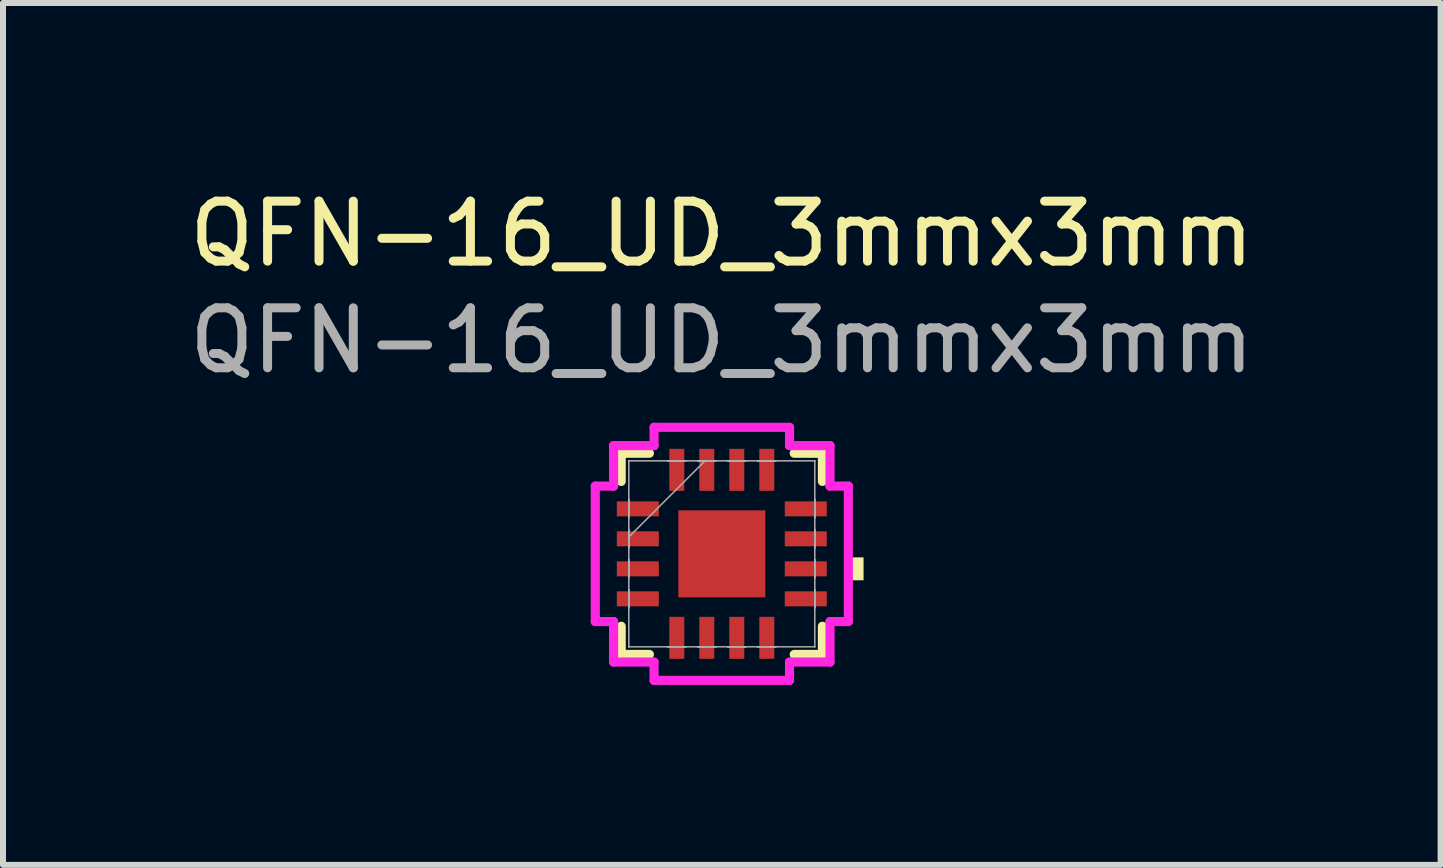
<source format=kicad_pcb>
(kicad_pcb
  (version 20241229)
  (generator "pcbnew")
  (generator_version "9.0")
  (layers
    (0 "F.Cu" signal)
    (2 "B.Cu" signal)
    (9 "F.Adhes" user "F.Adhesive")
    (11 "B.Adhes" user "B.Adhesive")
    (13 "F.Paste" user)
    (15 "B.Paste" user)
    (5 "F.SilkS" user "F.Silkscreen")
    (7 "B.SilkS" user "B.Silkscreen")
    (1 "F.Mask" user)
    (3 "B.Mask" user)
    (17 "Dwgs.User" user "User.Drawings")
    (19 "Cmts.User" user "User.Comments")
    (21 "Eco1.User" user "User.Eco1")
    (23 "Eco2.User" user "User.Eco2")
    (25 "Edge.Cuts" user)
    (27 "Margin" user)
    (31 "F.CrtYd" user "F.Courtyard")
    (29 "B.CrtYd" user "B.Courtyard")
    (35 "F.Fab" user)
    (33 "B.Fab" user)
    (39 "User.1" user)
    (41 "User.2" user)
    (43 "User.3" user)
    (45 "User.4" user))
  (footprint "QFN-16_UD_3mmx3mm"
    (layer "F.Cu")
    (at 8.982 6.182)
    (property "Reference" "QFN-16_UD_3mmx3mm" (at 0 -5.334 0) (unlocked yes) (layer "F.SilkS") (effects (font (size 1 1) (thickness 0.15))))
    (attr smd)
    (fp_line (start -1.677 -1.677) (end -1.677 -1.207) (stroke (width 0.152) (type solid)) (layer "F.SilkS"))
    (fp_line (start -1.677 1.207) (end -1.677 1.677) (stroke (width 0.152) (type solid)) (layer "F.SilkS"))
    (fp_line (start -1.677 1.677) (end -1.207 1.677) (stroke (width 0.152) (type solid)) (layer "F.SilkS"))
    (fp_line (start -1.207 -1.677) (end -1.677 -1.677) (stroke (width 0.152) (type solid)) (layer "F.SilkS"))
    (fp_line (start 1.207 1.677) (end 1.677 1.677) (stroke (width 0.152) (type solid)) (layer "F.SilkS"))
    (fp_line (start 1.677 -1.677) (end 1.207 -1.677) (stroke (width 0.152) (type solid)) (layer "F.SilkS"))
    (fp_line (start 1.677 -1.207) (end 1.677 -1.677) (stroke (width 0.152) (type solid)) (layer "F.SilkS"))
    (fp_line (start 1.677 1.677) (end 1.677 1.207) (stroke (width 0.152) (type solid)) (layer "F.SilkS"))
    (fp_poly (pts (xy 2.363 0.059) (xy 2.363 0.441) (xy 2.109 0.441) (xy 2.109 0.059)) (stroke (width 0) (type solid)) (fill yes) (layer "F.SilkS"))
    (fp_line (start -2.109 -1.129) (end -1.804 -1.129) (stroke (width 0.152) (type solid)) (layer "F.CrtYd"))
    (fp_line (start -2.109 1.129) (end -2.109 -1.129) (stroke (width 0.152) (type solid)) (layer "F.CrtYd"))
    (fp_line (start -1.804 -1.804) (end -1.129 -1.804) (stroke (width 0.152) (type solid)) (layer "F.CrtYd"))
    (fp_line (start -1.804 -1.129) (end -1.804 -1.804) (stroke (width 0.152) (type solid)) (layer "F.CrtYd"))
    (fp_line (start -1.804 1.129) (end -2.109 1.129) (stroke (width 0.152) (type solid)) (layer "F.CrtYd"))
    (fp_line (start -1.804 1.804) (end -1.804 1.129) (stroke (width 0.152) (type solid)) (layer "F.CrtYd"))
    (fp_line (start -1.129 -2.109) (end 1.129 -2.109) (stroke (width 0.152) (type solid)) (layer "F.CrtYd"))
    (fp_line (start -1.129 -1.804) (end -1.129 -2.109) (stroke (width 0.152) (type solid)) (layer "F.CrtYd"))
    (fp_line (start -1.129 1.804) (end -1.804 1.804) (stroke (width 0.152) (type solid)) (layer "F.CrtYd"))
    (fp_line (start -1.129 2.109) (end -1.129 1.804) (stroke (width 0.152) (type solid)) (layer "F.CrtYd"))
    (fp_line (start 1.129 -2.109) (end 1.129 -1.804) (stroke (width 0.152) (type solid)) (layer "F.CrtYd"))
    (fp_line (start 1.129 -1.804) (end 1.804 -1.804) (stroke (width 0.152) (type solid)) (layer "F.CrtYd"))
    (fp_line (start 1.129 1.804) (end 1.129 2.109) (stroke (width 0.152) (type solid)) (layer "F.CrtYd"))
    (fp_line (start 1.129 2.109) (end -1.129 2.109) (stroke (width 0.152) (type solid)) (layer "F.CrtYd"))
    (fp_line (start 1.804 -1.804) (end 1.804 -1.129) (stroke (width 0.152) (type solid)) (layer "F.CrtYd"))
    (fp_line (start 1.804 -1.129) (end 2.109 -1.129) (stroke (width 0.152) (type solid)) (layer "F.CrtYd"))
    (fp_line (start 1.804 1.129) (end 1.804 1.804) (stroke (width 0.152) (type solid)) (layer "F.CrtYd"))
    (fp_line (start 1.804 1.804) (end 1.129 1.804) (stroke (width 0.152) (type solid)) (layer "F.CrtYd"))
    (fp_line (start 2.109 -1.129) (end 2.109 1.129) (stroke (width 0.152) (type solid)) (layer "F.CrtYd"))
    (fp_line (start 2.109 1.129) (end 1.804 1.129) (stroke (width 0.152) (type solid)) (layer "F.CrtYd"))
    (fp_line (start -1.55 -1.55) (end -1.55 -1.55) (stroke (width 0.025) (type solid)) (layer "F.Fab"))
    (fp_line (start -1.55 -1.55) (end -1.55 1.55) (stroke (width 0.025) (type solid)) (layer "F.Fab"))
    (fp_line (start -1.55 -0.9) (end -1.55 -0.9) (stroke (width 0.025) (type solid)) (layer "F.Fab"))
    (fp_line (start -1.55 -0.9) (end -1.55 -0.6) (stroke (width 0.025) (type solid)) (layer "F.Fab"))
    (fp_line (start -1.55 -0.6) (end -1.55 -0.9) (stroke (width 0.025) (type solid)) (layer "F.Fab"))
    (fp_line (start -1.55 -0.6) (end -1.55 -0.6) (stroke (width 0.025) (type solid)) (layer "F.Fab"))
    (fp_line (start -1.55 -0.4) (end -1.55 -0.4) (stroke (width 0.025) (type solid)) (layer "F.Fab"))
    (fp_line (start -1.55 -0.4) (end -1.55 -0.1) (stroke (width 0.025) (type solid)) (layer "F.Fab"))
    (fp_line (start -1.55 -0.28) (end -0.28 -1.55) (stroke (width 0.025) (type solid)) (layer "F.Fab"))
    (fp_line (start -1.55 -0.1) (end -1.55 -0.4) (stroke (width 0.025) (type solid)) (layer "F.Fab"))
    (fp_line (start -1.55 -0.1) (end -1.55 -0.1) (stroke (width 0.025) (type solid)) (layer "F.Fab"))
    (fp_line (start -1.55 0.1) (end -1.55 0.1) (stroke (width 0.025) (type solid)) (layer "F.Fab"))
    (fp_line (start -1.55 0.1) (end -1.55 0.4) (stroke (width 0.025) (type solid)) (layer "F.Fab"))
    (fp_line (start -1.55 0.4) (end -1.55 0.1) (stroke (width 0.025) (type solid)) (layer "F.Fab"))
    (fp_line (start -1.55 0.4) (end -1.55 0.4) (stroke (width 0.025) (type solid)) (layer "F.Fab"))
    (fp_line (start -1.55 0.6) (end -1.55 0.6) (stroke (width 0.025) (type solid)) (layer "F.Fab"))
    (fp_line (start -1.55 0.6) (end -1.55 0.9) (stroke (width 0.025) (type solid)) (layer "F.Fab"))
    (fp_line (start -1.55 0.9) (end -1.55 0.6) (stroke (width 0.025) (type solid)) (layer "F.Fab"))
    (fp_line (start -1.55 0.9) (end -1.55 0.9) (stroke (width 0.025) (type solid)) (layer "F.Fab"))
    (fp_line (start -1.55 1.55) (end -1.55 1.55) (stroke (width 0.025) (type solid)) (layer "F.Fab"))
    (fp_line (start -1.55 1.55) (end 1.55 1.55) (stroke (width 0.025) (type solid)) (layer "F.Fab"))
    (fp_line (start -0.9 -1.55) (end -0.9 -1.55) (stroke (width 0.025) (type solid)) (layer "F.Fab"))
    (fp_line (start -0.9 -1.55) (end -0.6 -1.55) (stroke (width 0.025) (type solid)) (layer "F.Fab"))
    (fp_line (start -0.9 1.55) (end -0.9 1.55) (stroke (width 0.025) (type solid)) (layer "F.Fab"))
    (fp_line (start -0.9 1.55) (end -0.6 1.55) (stroke (width 0.025) (type solid)) (layer "F.Fab"))
    (fp_line (start -0.6 -1.55) (end -0.9 -1.55) (stroke (width 0.025) (type solid)) (layer "F.Fab"))
    (fp_line (start -0.6 -1.55) (end -0.6 -1.55) (stroke (width 0.025) (type solid)) (layer "F.Fab"))
    (fp_line (start -0.6 1.55) (end -0.9 1.55) (stroke (width 0.025) (type solid)) (layer "F.Fab"))
    (fp_line (start -0.6 1.55) (end -0.6 1.55) (stroke (width 0.025) (type solid)) (layer "F.Fab"))
    (fp_line (start -0.4 -1.55) (end -0.4 -1.55) (stroke (width 0.025) (type solid)) (layer "F.Fab"))
    (fp_line (start -0.4 -1.55) (end -0.1 -1.55) (stroke (width 0.025) (type solid)) (layer "F.Fab"))
    (fp_line (start -0.4 1.55) (end -0.4 1.55) (stroke (width 0.025) (type solid)) (layer "F.Fab"))
    (fp_line (start -0.4 1.55) (end -0.1 1.55) (stroke (width 0.025) (type solid)) (layer "F.Fab"))
    (fp_line (start -0.1 -1.55) (end -0.4 -1.55) (stroke (width 0.025) (type solid)) (layer "F.Fab"))
    (fp_line (start -0.1 -1.55) (end -0.1 -1.55) (stroke (width 0.025) (type solid)) (layer "F.Fab"))
    (fp_line (start -0.1 1.55) (end -0.4 1.55) (stroke (width 0.025) (type solid)) (layer "F.Fab"))
    (fp_line (start -0.1 1.55) (end -0.1 1.55) (stroke (width 0.025) (type solid)) (layer "F.Fab"))
    (fp_line (start 0.1 -1.55) (end 0.1 -1.55) (stroke (width 0.025) (type solid)) (layer "F.Fab"))
    (fp_line (start 0.1 -1.55) (end 0.4 -1.55) (stroke (width 0.025) (type solid)) (layer "F.Fab"))
    (fp_line (start 0.1 1.55) (end 0.1 1.55) (stroke (width 0.025) (type solid)) (layer "F.Fab"))
    (fp_line (start 0.1 1.55) (end 0.4 1.55) (stroke (width 0.025) (type solid)) (layer "F.Fab"))
    (fp_line (start 0.4 -1.55) (end 0.1 -1.55) (stroke (width 0.025) (type solid)) (layer "F.Fab"))
    (fp_line (start 0.4 -1.55) (end 0.4 -1.55) (stroke (width 0.025) (type solid)) (layer "F.Fab"))
    (fp_line (start 0.4 1.55) (end 0.1 1.55) (stroke (width 0.025) (type solid)) (layer "F.Fab"))
    (fp_line (start 0.4 1.55) (end 0.4 1.55) (stroke (width 0.025) (type solid)) (layer "F.Fab"))
    (fp_line (start 0.6 -1.55) (end 0.6 -1.55) (stroke (width 0.025) (type solid)) (layer "F.Fab"))
    (fp_line (start 0.6 -1.55) (end 0.9 -1.55) (stroke (width 0.025) (type solid)) (layer "F.Fab"))
    (fp_line (start 0.6 1.55) (end 0.6 1.55) (stroke (width 0.025) (type solid)) (layer "F.Fab"))
    (fp_line (start 0.6 1.55) (end 0.9 1.55) (stroke (width 0.025) (type solid)) (layer "F.Fab"))
    (fp_line (start 0.9 -1.55) (end 0.6 -1.55) (stroke (width 0.025) (type solid)) (layer "F.Fab"))
    (fp_line (start 0.9 -1.55) (end 0.9 -1.55) (stroke (width 0.025) (type solid)) (layer "F.Fab"))
    (fp_line (start 0.9 1.55) (end 0.6 1.55) (stroke (width 0.025) (type solid)) (layer "F.Fab"))
    (fp_line (start 0.9 1.55) (end 0.9 1.55) (stroke (width 0.025) (type solid)) (layer "F.Fab"))
    (fp_line (start 1.55 -1.55) (end -1.55 -1.55) (stroke (width 0.025) (type solid)) (layer "F.Fab"))
    (fp_line (start 1.55 -1.55) (end 1.55 -1.55) (stroke (width 0.025) (type solid)) (layer "F.Fab"))
    (fp_line (start 1.55 -0.9) (end 1.55 -0.9) (stroke (width 0.025) (type solid)) (layer "F.Fab"))
    (fp_line (start 1.55 -0.9) (end 1.55 -0.6) (stroke (width 0.025) (type solid)) (layer "F.Fab"))
    (fp_line (start 1.55 -0.6) (end 1.55 -0.9) (stroke (width 0.025) (type solid)) (layer "F.Fab"))
    (fp_line (start 1.55 -0.6) (end 1.55 -0.6) (stroke (width 0.025) (type solid)) (layer "F.Fab"))
    (fp_line (start 1.55 -0.4) (end 1.55 -0.4) (stroke (width 0.025) (type solid)) (layer "F.Fab"))
    (fp_line (start 1.55 -0.4) (end 1.55 -0.1) (stroke (width 0.025) (type solid)) (layer "F.Fab"))
    (fp_line (start 1.55 -0.1) (end 1.55 -0.4) (stroke (width 0.025) (type solid)) (layer "F.Fab"))
    (fp_line (start 1.55 -0.1) (end 1.55 -0.1) (stroke (width 0.025) (type solid)) (layer "F.Fab"))
    (fp_line (start 1.55 0.1) (end 1.55 0.1) (stroke (width 0.025) (type solid)) (layer "F.Fab"))
    (fp_line (start 1.55 0.1) (end 1.55 0.4) (stroke (width 0.025) (type solid)) (layer "F.Fab"))
    (fp_line (start 1.55 0.4) (end 1.55 0.1) (stroke (width 0.025) (type solid)) (layer "F.Fab"))
    (fp_line (start 1.55 0.4) (end 1.55 0.4) (stroke (width 0.025) (type solid)) (layer "F.Fab"))
    (fp_line (start 1.55 0.6) (end 1.55 0.6) (stroke (width 0.025) (type solid)) (layer "F.Fab"))
    (fp_line (start 1.55 0.6) (end 1.55 0.9) (stroke (width 0.025) (type solid)) (layer "F.Fab"))
    (fp_line (start 1.55 0.9) (end 1.55 0.6) (stroke (width 0.025) (type solid)) (layer "F.Fab"))
    (fp_line (start 1.55 0.9) (end 1.55 0.9) (stroke (width 0.025) (type solid)) (layer "F.Fab"))
    (fp_line (start 1.55 1.55) (end 1.55 -1.55) (stroke (width 0.025) (type solid)) (layer "F.Fab"))
    (fp_line (start 1.55 1.55) (end 1.55 1.55) (stroke (width 0.025) (type solid)) (layer "F.Fab"))
    (fp_text user "${REFERENCE}" (at 0 -3.556 0) (unlocked yes) (layer "F.Fab") (effects (font (size 1 1) (thickness 0.15))))
    (pad "1" smd rect (at -1.4 -0.75 90) (size 0.25 0.7) (layers "F.Cu" "F.Mask" "F.Paste"))
    (pad "2" smd rect (at -1.4 -0.25 90) (size 0.25 0.7) (layers "F.Cu" "F.Mask" "F.Paste"))
    (pad "3" smd rect (at -1.4 0.25 90) (size 0.25 0.7) (layers "F.Cu" "F.Mask" "F.Paste"))
    (pad "4" smd rect (at -1.4 0.75 90) (size 0.25 0.7) (layers "F.Cu" "F.Mask" "F.Paste"))
    (pad "5" smd rect (at -0.75 1.4) (size 0.25 0.7) (layers "F.Cu" "F.Mask" "F.Paste"))
    (pad "6" smd rect (at -0.25 1.4) (size 0.25 0.7) (layers "F.Cu" "F.Mask" "F.Paste"))
    (pad "7" smd rect (at 0.25 1.4) (size 0.25 0.7) (layers "F.Cu" "F.Mask" "F.Paste"))
    (pad "8" smd rect (at 0.75 1.4) (size 0.25 0.7) (layers "F.Cu" "F.Mask" "F.Paste"))
    (pad "9" smd rect (at 1.4 0.75 90) (size 0.25 0.7) (layers "F.Cu" "F.Mask" "F.Paste"))
    (pad "10" smd rect (at 1.4 0.25 90) (size 0.25 0.7) (layers "F.Cu" "F.Mask" "F.Paste"))
    (pad "11" smd rect (at 1.4 -0.25 90) (size 0.25 0.7) (layers "F.Cu" "F.Mask" "F.Paste"))
    (pad "12" smd rect (at 1.4 -0.75 90) (size 0.25 0.7) (layers "F.Cu" "F.Mask" "F.Paste"))
    (pad "13" smd rect (at 0.75 -1.4) (size 0.25 0.7) (layers "F.Cu" "F.Mask" "F.Paste"))
    (pad "14" smd rect (at 0.25 -1.4) (size 0.25 0.7) (layers "F.Cu" "F.Mask" "F.Paste"))
    (pad "15" smd rect (at -0.25 -1.4) (size 0.25 0.7) (layers "F.Cu" "F.Mask" "F.Paste"))
    (pad "16" smd rect (at -0.75 -1.4) (size 0.25 0.7) (layers "F.Cu" "F.Mask" "F.Paste"))
    (pad "17" smd rect (at 0 0) (size 1.45 1.45) (layers "F.Cu" "F.Mask" "F.Paste")))
  (gr_rect
    (start -3 -3)
    (end 20.964 11.367)
    (stroke (width 0.1) (type default))
    (fill no)
    (layer "Edge.Cuts")))
</source>
